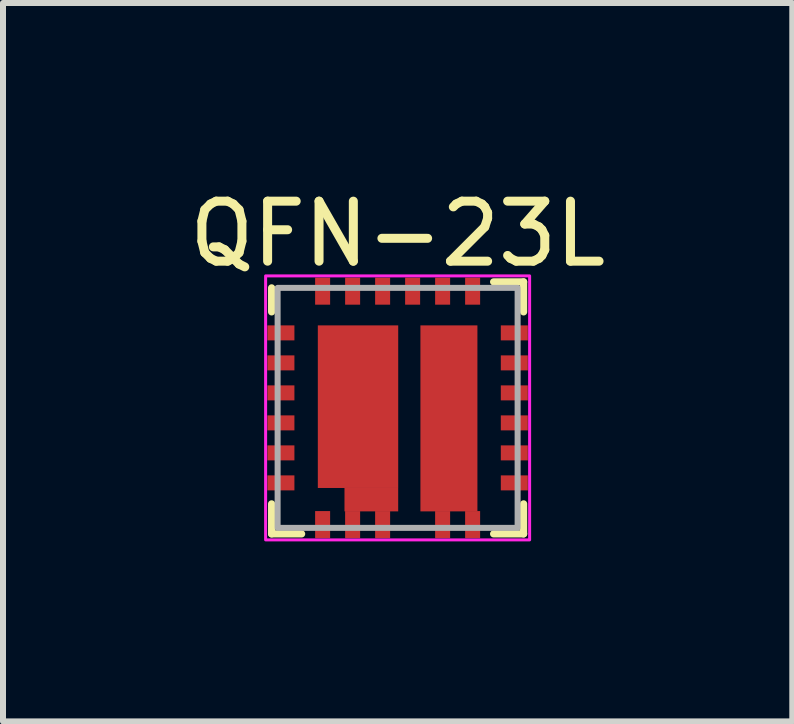
<source format=kicad_pcb>
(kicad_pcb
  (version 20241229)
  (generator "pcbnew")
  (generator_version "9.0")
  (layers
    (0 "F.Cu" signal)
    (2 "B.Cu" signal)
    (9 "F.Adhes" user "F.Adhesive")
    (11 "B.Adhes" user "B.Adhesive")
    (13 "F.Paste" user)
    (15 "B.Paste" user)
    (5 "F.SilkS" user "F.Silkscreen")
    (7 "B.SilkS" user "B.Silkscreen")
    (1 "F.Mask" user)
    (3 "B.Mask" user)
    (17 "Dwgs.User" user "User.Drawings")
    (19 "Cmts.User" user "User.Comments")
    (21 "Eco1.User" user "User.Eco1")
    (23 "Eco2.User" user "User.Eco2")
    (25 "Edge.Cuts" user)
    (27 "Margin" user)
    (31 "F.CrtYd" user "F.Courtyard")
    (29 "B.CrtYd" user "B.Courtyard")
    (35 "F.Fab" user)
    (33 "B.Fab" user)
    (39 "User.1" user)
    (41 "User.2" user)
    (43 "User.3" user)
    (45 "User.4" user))
  (footprint "QFN-23L"
    (layer "F.Cu")
    (at 3.577 3.748)
    (property "Reference" "QFN-23L" (at 0 -2.9 0) (unlocked yes) (layer "F.SilkS") (effects (font (size 1 1) (thickness 0.15))))
    (attr smd)
    (fp_line (start -2.1 -1.6) (end -2.1 -2) (stroke (width 0.12) (type default)) (layer "F.SilkS"))
    (fp_line (start -2.1 2.1) (end -2.1 1.6) (stroke (width 0.12) (type default)) (layer "F.SilkS"))
    (fp_line (start -1.6 2.1) (end -2.1 2.1) (stroke (width 0.12) (type default)) (layer "F.SilkS"))
    (fp_line (start 1.6 -2.1) (end 2.1 -2.1) (stroke (width 0.12) (type default)) (layer "F.SilkS"))
    (fp_line (start 2.1 -2.1) (end 2.1 -1.6) (stroke (width 0.12) (type default)) (layer "F.SilkS"))
    (fp_line (start 2.1 1.6) (end 2.1 2.1) (stroke (width 0.12) (type default)) (layer "F.SilkS"))
    (fp_line (start 2.1 2.1) (end 1.6 2.1) (stroke (width 0.12) (type default)) (layer "F.SilkS"))
    (fp_rect (start -1.25 -1.25) (end -0.7 -0.7) (stroke (width 0) (type solid)) (fill yes) (layer "F.Paste"))
    (fp_rect (start -1.25 -0.6) (end -0.7 -0.05) (stroke (width 0) (type solid)) (fill yes) (layer "F.Paste"))
    (fp_rect (start -1.25 0.05) (end -0.7 0.6) (stroke (width 0) (type solid)) (fill yes) (layer "F.Paste"))
    (fp_rect (start -1.25 0.7) (end -0.7 1.25) (stroke (width 0) (type solid)) (fill yes) (layer "F.Paste"))
    (fp_rect (start -0.8 1.35) (end -0.05 1.65) (stroke (width 0) (type solid)) (fill yes) (layer "F.Paste"))
    (fp_rect (start -0.6 -1.25) (end -0.05 -0.7) (stroke (width 0) (type solid)) (fill yes) (layer "F.Paste"))
    (fp_rect (start -0.6 -0.6) (end -0.05 -0.05) (stroke (width 0) (type solid)) (fill yes) (layer "F.Paste"))
    (fp_rect (start -0.6 0.05) (end -0.05 0.6) (stroke (width 0) (type solid)) (fill yes) (layer "F.Paste"))
    (fp_rect (start -0.6 0.7) (end -0.05 1.25) (stroke (width 0) (type solid)) (fill yes) (layer "F.Paste"))
    (fp_rect (start 0.475 -1.275) (end 1.225 -0.45) (stroke (width 0) (type solid)) (fill yes) (layer "F.Paste"))
    (fp_rect (start 0.475 -0.3) (end 1.225 0.65) (stroke (width 0) (type solid)) (fill yes) (layer "F.Paste"))
    (fp_rect (start 0.475 0.8) (end 1.225 1.625) (stroke (width 0) (type solid)) (fill yes) (layer "F.Paste"))
    (fp_rect (start -2.2 -2.2) (end 2.2 2.2) (stroke (width 0.05) (type default)) (fill no) (layer "F.CrtYd"))
    (fp_rect (start -2 -2) (end 2 2) (stroke (width 0.1) (type default)) (fill no) (layer "F.Fab"))
    (pad "1" smd rect (at -1.945 -1.25 90) (size 0.25 0.45) (layers "F.Cu" "F.Mask" "F.Paste"))
    (pad "2" smd rect (at -1.945 -0.75 90) (size 0.25 0.45) (layers "F.Cu" "F.Mask" "F.Paste"))
    (pad "3" smd rect (at -1.945 -0.25 90) (size 0.25 0.45) (layers "F.Cu" "F.Mask" "F.Paste"))
    (pad "4" smd rect (at -1.945 0.25 90) (size 0.25 0.45) (layers "F.Cu" "F.Mask" "F.Paste"))
    (pad "5" smd rect (at -1.945 0.75 90) (size 0.25 0.45) (layers "F.Cu" "F.Mask" "F.Paste"))
    (pad "6" smd rect (at -1.945 1.25 90) (size 0.25 0.45) (layers "F.Cu" "F.Mask" "F.Paste"))
    (pad "7" smd rect (at -1.25 1.945) (size 0.25 0.45) (layers "F.Cu" "F.Mask" "F.Paste"))
    (pad "8" smd rect (at -0.75 1.945) (size 0.25 0.45) (layers "F.Cu" "F.Mask" "F.Paste"))
    (pad "8" smd rect (at -0.66 -0.02) (size 1.34 2.71) (layers "F.Cu" "F.Mask"))
    (pad "8" smd rect (at -0.438 1.53) (size 0.895 0.39) (layers "F.Cu" "F.Mask"))
    (pad "9" smd rect (at -0.25 1.945) (size 0.25 0.45) (layers "F.Cu" "F.Mask" "F.Paste"))
    (pad "10" smd rect (at 0.75 1.945) (size 0.25 0.45) (layers "F.Cu" "F.Mask" "F.Paste"))
    (pad "10" smd rect (at 0.855 0.175) (size 0.95 3.1) (layers "F.Cu" "F.Mask"))
    (pad "11" smd rect (at 1.25 1.945) (size 0.25 0.45) (layers "F.Cu" "F.Mask" "F.Paste"))
    (pad "12" smd rect (at 1.945 1.25 90) (size 0.25 0.45) (layers "F.Cu" "F.Mask" "F.Paste"))
    (pad "13" smd rect (at 1.945 0.75 90) (size 0.25 0.45) (layers "F.Cu" "F.Mask" "F.Paste"))
    (pad "14" smd rect (at 1.945 0.25 90) (size 0.25 0.45) (layers "F.Cu" "F.Mask" "F.Paste"))
    (pad "15" smd rect (at 1.945 -0.25 90) (size 0.25 0.45) (layers "F.Cu" "F.Mask" "F.Paste"))
    (pad "16" smd rect (at 1.945 -0.75 90) (size 0.25 0.45) (layers "F.Cu" "F.Mask" "F.Paste"))
    (pad "17" smd rect (at 1.945 -1.25 90) (size 0.25 0.45) (layers "F.Cu" "F.Mask" "F.Paste"))
    (pad "18" smd rect (at 1.25 -1.945) (size 0.25 0.45) (layers "F.Cu" "F.Mask" "F.Paste"))
    (pad "19" smd rect (at 0.75 -1.945) (size 0.25 0.45) (layers "F.Cu" "F.Mask" "F.Paste"))
    (pad "20" smd rect (at 0.25 -1.945) (size 0.25 0.45) (layers "F.Cu" "F.Mask" "F.Paste"))
    (pad "21" smd rect (at -0.25 -1.945) (size 0.25 0.45) (layers "F.Cu" "F.Mask" "F.Paste"))
    (pad "22" smd rect (at -0.75 -1.945) (size 0.25 0.45) (layers "F.Cu" "F.Mask" "F.Paste"))
    (pad "23" smd rect (at -1.25 -1.945) (size 0.25 0.45) (layers "F.Cu" "F.Mask" "F.Paste")))
  (gr_rect
    (start -3 -3)
    (end 10.155 8.973)
    (stroke (width 0.1) (type default))
    (fill no)
    (layer "Edge.Cuts")))
</source>
